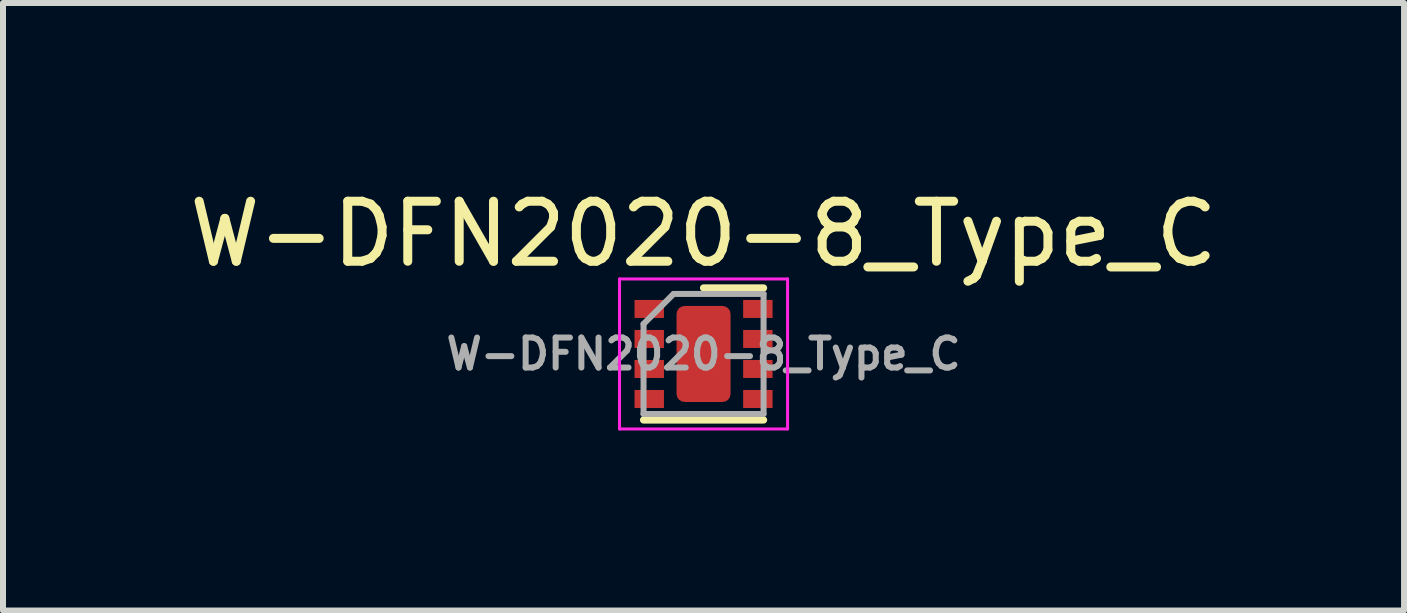
<source format=kicad_pcb>
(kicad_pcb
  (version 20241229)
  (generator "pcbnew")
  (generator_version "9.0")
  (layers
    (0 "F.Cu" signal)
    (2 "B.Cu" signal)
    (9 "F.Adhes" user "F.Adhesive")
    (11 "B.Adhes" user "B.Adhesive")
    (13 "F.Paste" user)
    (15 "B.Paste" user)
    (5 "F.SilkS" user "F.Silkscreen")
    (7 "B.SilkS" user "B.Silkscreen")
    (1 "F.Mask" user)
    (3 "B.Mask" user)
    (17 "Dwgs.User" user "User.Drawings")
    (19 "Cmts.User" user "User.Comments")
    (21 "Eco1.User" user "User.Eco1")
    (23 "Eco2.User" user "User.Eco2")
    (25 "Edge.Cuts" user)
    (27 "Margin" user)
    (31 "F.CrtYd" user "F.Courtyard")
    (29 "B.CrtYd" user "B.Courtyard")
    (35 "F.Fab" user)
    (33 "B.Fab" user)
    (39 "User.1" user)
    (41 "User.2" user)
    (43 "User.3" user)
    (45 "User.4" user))
  (footprint "W-DFN2020-8_Type_C"
    (layer "F.Cu")
    (at 8.673 2.848)
    (property "Reference" "W-DFN2020-8_Type_C" (at 0 -2 0) (layer "F.SilkS") (effects (font (size 1 1) (thickness 0.15))))
    (attr smd)
    (fp_line (start -1 1.1) (end 1 1.1) (stroke (width 0.12) (type solid)) (layer "F.SilkS"))
    (fp_line (start 0 -1.1) (end 1 -1.1) (stroke (width 0.12) (type solid)) (layer "F.SilkS"))
    (fp_line (start -1.4 -1.25) (end -1.4 1.25) (stroke (width 0.05) (type solid)) (layer "F.CrtYd"))
    (fp_line (start -1.4 -1.25) (end 1.4 -1.25) (stroke (width 0.05) (type solid)) (layer "F.CrtYd"))
    (fp_line (start -1.4 1.25) (end 1.4 1.25) (stroke (width 0.05) (type solid)) (layer "F.CrtYd"))
    (fp_line (start 1.4 -1.25) (end 1.4 1.25) (stroke (width 0.05) (type solid)) (layer "F.CrtYd"))
    (fp_line (start -1 -0.5) (end -0.5 -1) (stroke (width 0.1) (type solid)) (layer "F.Fab"))
    (fp_line (start -1 1) (end -1 -0.5) (stroke (width 0.1) (type solid)) (layer "F.Fab"))
    (fp_line (start -0.5 -1) (end 1 -1) (stroke (width 0.1) (type solid)) (layer "F.Fab"))
    (fp_line (start 1 -1) (end 1 1) (stroke (width 0.1) (type solid)) (layer "F.Fab"))
    (fp_line (start 1 1) (end -1 1) (stroke (width 0.1) (type solid)) (layer "F.Fab"))
    (fp_text user "${REFERENCE}" (at 0 0 0) (layer "F.Fab") (effects (font (size 0.5 0.5) (thickness 0.1))))
    (pad "1" smd rect (at -0.905 -0.75) (size 0.49 0.3) (layers "F.Cu" "F.Mask" "F.Paste"))
    (pad "2" smd rect (at -0.905 -0.25) (size 0.49 0.3) (layers "F.Cu" "F.Mask" "F.Paste"))
    (pad "3" smd rect (at -0.905 0.25) (size 0.49 0.3) (layers "F.Cu" "F.Mask" "F.Paste"))
    (pad "4" smd rect (at -0.905 0.75) (size 0.49 0.3) (layers "F.Cu" "F.Mask" "F.Paste"))
    (pad "5" smd rect (at 0.905 0.75) (size 0.49 0.3) (layers "F.Cu" "F.Mask" "F.Paste"))
    (pad "6" smd rect (at 0.905 0.25) (size 0.49 0.3) (layers "F.Cu" "F.Mask" "F.Paste"))
    (pad "7" smd rect (at 0.905 -0.25) (size 0.49 0.3) (layers "F.Cu" "F.Mask" "F.Paste"))
    (pad "8" smd rect (at 0.905 -0.75) (size 0.49 0.3) (layers "F.Cu" "F.Mask" "F.Paste"))
    (pad "9" smd roundrect (at 0 0) (size 0.9 1.6) (layers "F.Cu" "F.Mask" "F.Paste") (roundrect_rratio 0.15)))
  (gr_rect
    (start -3 -3)
    (end 20.345 7.123)
    (stroke (width 0.1) (type default))
    (fill no)
    (layer "Edge.Cuts")))
</source>
